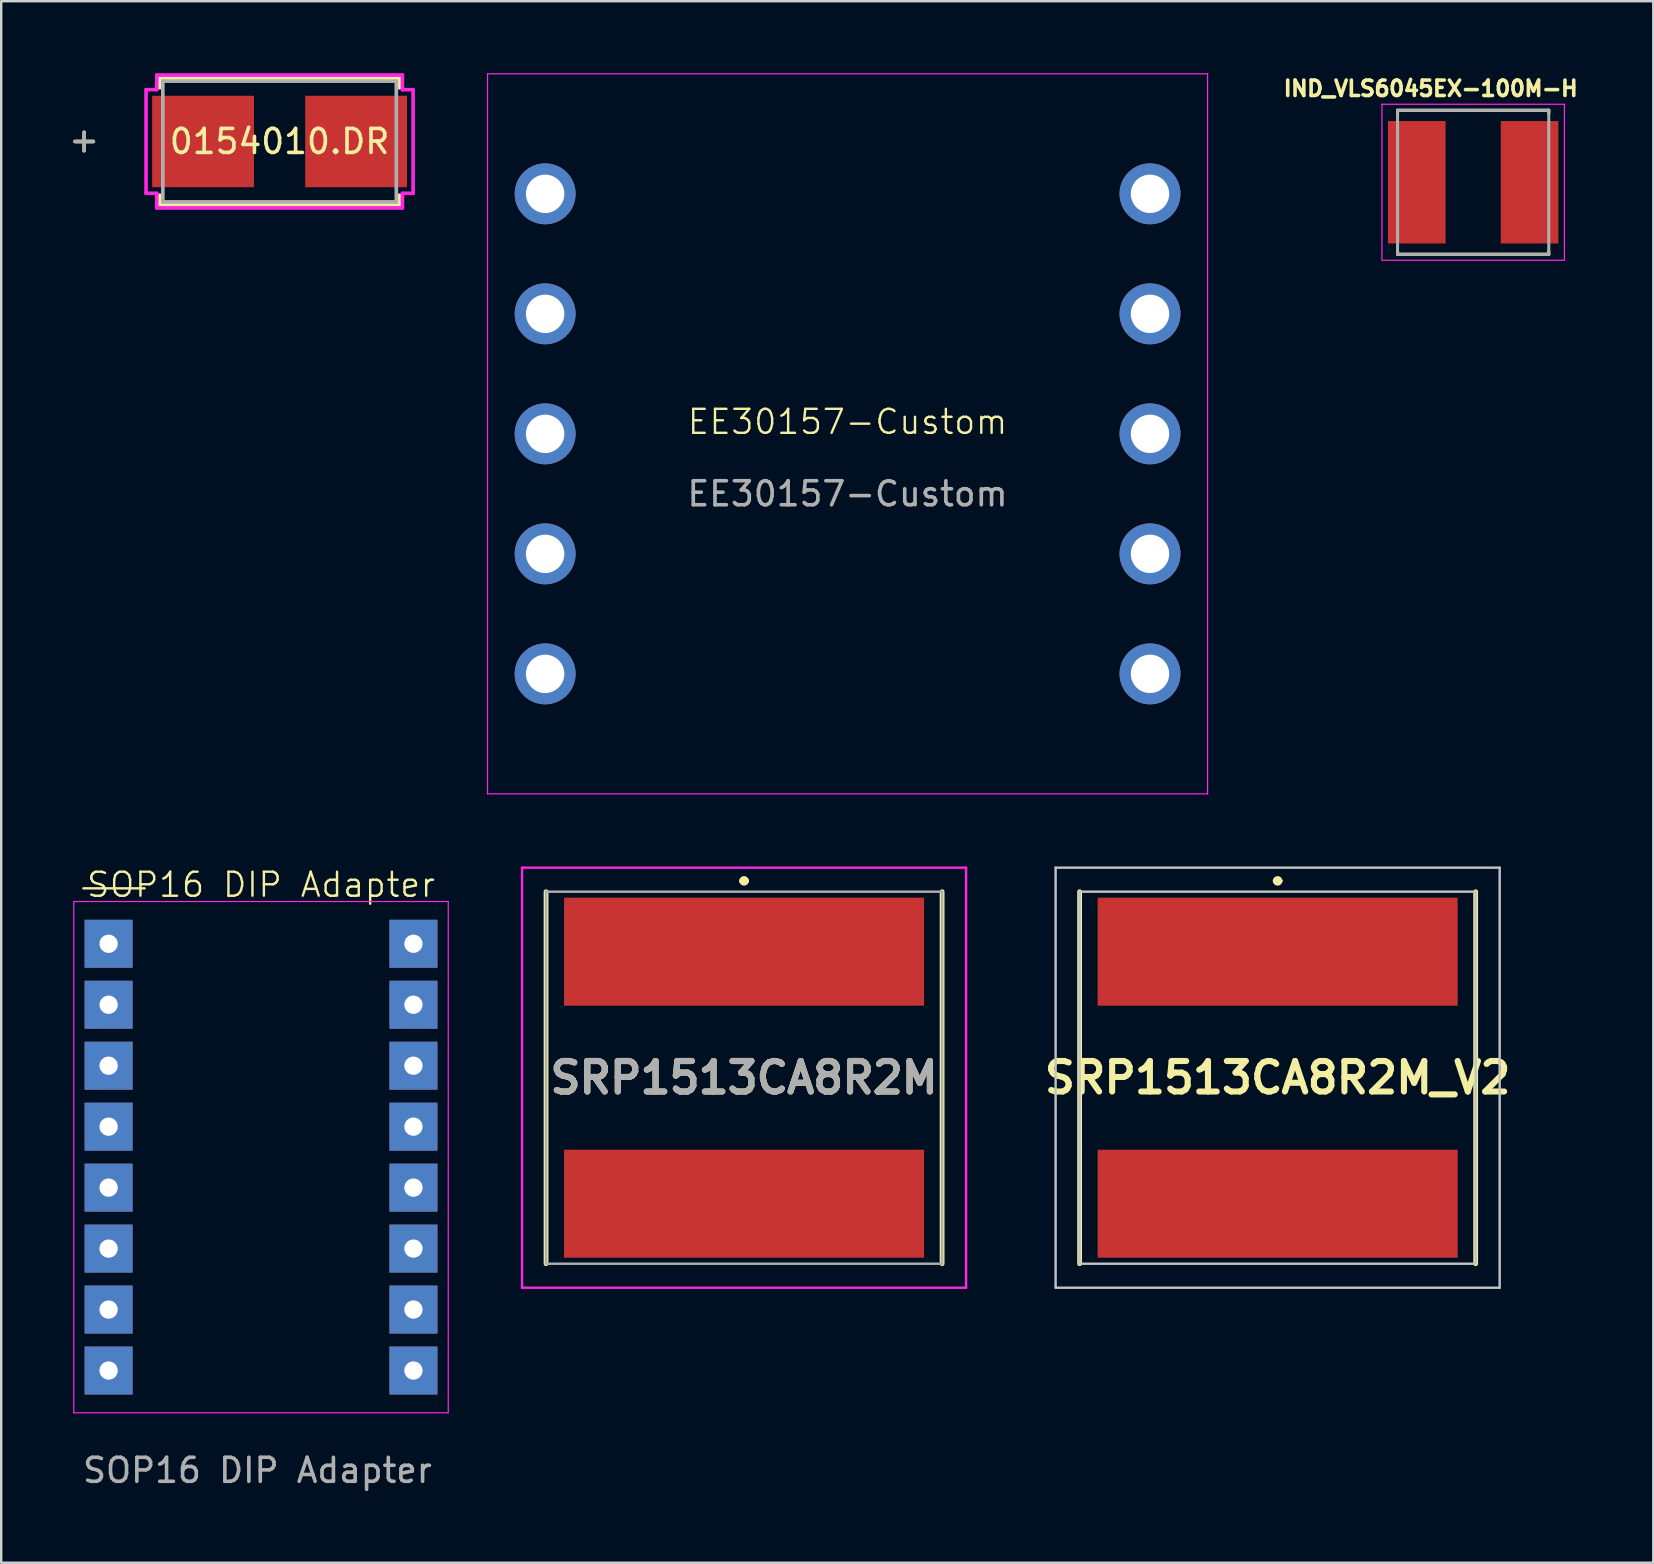
<source format=kicad_pcb>
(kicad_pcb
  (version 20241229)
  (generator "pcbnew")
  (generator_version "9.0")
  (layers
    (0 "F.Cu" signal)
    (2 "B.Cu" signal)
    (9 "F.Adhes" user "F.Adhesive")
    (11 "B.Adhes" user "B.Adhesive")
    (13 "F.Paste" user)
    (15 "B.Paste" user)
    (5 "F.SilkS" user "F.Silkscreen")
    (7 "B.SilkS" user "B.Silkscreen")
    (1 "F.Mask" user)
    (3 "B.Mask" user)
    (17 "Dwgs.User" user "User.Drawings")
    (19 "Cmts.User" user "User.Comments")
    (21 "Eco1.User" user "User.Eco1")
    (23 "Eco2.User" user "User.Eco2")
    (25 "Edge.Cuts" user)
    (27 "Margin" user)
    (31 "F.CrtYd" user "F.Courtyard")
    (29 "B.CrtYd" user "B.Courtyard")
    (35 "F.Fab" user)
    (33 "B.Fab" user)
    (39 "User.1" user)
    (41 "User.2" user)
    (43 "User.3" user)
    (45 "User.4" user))
  (footprint "SRP1513CA8R2M_V2"
    (layer "F.Cu")
    (at 50.18 41.85)
    (property "Reference" "SRP1513CA8R2M_V2" (at 0 0 0) (layer "F.SilkS") (effects (font (size 1.27 1.27) (thickness 0.254))))
    (attr smd)
    (fp_line (start -8.25 -7.75) (end -8.25 7.75) (stroke (width 0.2) (type solid)) (layer "F.SilkS"))
    (fp_line (start -0.1 -8.2) (end -0.1 -8.2) (stroke (width 0.2) (type solid)) (layer "F.SilkS"))
    (fp_line (start 0.1 -8.2) (end 0.1 -8.2) (stroke (width 0.2) (type solid)) (layer "F.SilkS"))
    (fp_line (start 8.25 -7.75) (end 8.25 7.75) (stroke (width 0.2) (type solid)) (layer "F.SilkS"))
    (fp_arc (start -0.1 -8.2) (mid 0 -8.3) (end 0.1 -8.2) (stroke (width 0.2) (type solid)) (layer "F.SilkS"))
    (fp_arc (start 0.1 -8.2) (mid 0 -8.1) (end -0.1 -8.2) (stroke (width 0.2) (type solid)) (layer "F.SilkS"))
    (fp_line (start -9.25 -8.75) (end 9.25 -8.75) (stroke (width 0.1) (type solid)) (layer "Dwgs.User"))
    (fp_line (start -9.25 8.75) (end -9.25 -8.75) (stroke (width 0.1) (type solid)) (layer "Dwgs.User"))
    (fp_line (start -8.25 -7.75) (end 8.25 -7.75) (stroke (width 0.1) (type solid)) (layer "Dwgs.User"))
    (fp_line (start -8.25 7.75) (end -8.25 -7.75) (stroke (width 0.1) (type solid)) (layer "Dwgs.User"))
    (fp_line (start 8.25 -7.75) (end 8.25 7.75) (stroke (width 0.1) (type solid)) (layer "Dwgs.User"))
    (fp_line (start 8.25 7.75) (end -8.25 7.75) (stroke (width 0.1) (type solid)) (layer "Dwgs.User"))
    (fp_line (start 9.25 -8.75) (end 9.25 8.75) (stroke (width 0.1) (type solid)) (layer "Dwgs.User"))
    (fp_line (start 9.25 8.75) (end -9.25 8.75) (stroke (width 0.1) (type solid)) (layer "Dwgs.User"))
    (pad "1" smd rect (at 0 -5.25 90) (size 4.5 15) (layers "F.Cu" "F.Mask" "F.Paste"))
    (pad "2" smd rect (at 0 5.25 90) (size 4.5 15) (layers "F.Cu" "F.Mask" "F.Paste")))
  (footprint "IND_VLS6045EX-100M-H"
    (layer "F.Cu")
    (at 58.326 4.544)
    (property "Reference" "IND_VLS6045EX-100M-H" (at -1.768 -3.906 0) (layer "F.SilkS") (effects (font (size 0.64 0.64) (thickness 0.15))))
    (attr smd)
    (fp_line (start -3.15 -3) (end -3.15 -2.87) (stroke (width 0.127) (type solid)) (layer "F.SilkS"))
    (fp_line (start -3.15 -3) (end 3.15 -3) (stroke (width 0.127) (type solid)) (layer "F.SilkS"))
    (fp_line (start -3.15 3) (end -3.15 2.87) (stroke (width 0.127) (type solid)) (layer "F.SilkS"))
    (fp_line (start -3.15 3) (end 3.15 3) (stroke (width 0.127) (type solid)) (layer "F.SilkS"))
    (fp_line (start 3.15 -3) (end 3.15 -2.87) (stroke (width 0.127) (type solid)) (layer "F.SilkS"))
    (fp_line (start 3.15 3) (end 3.15 2.87) (stroke (width 0.127) (type solid)) (layer "F.SilkS"))
    (fp_line (start -3.8 -3.25) (end -3.8 3.25) (stroke (width 0.05) (type solid)) (layer "F.CrtYd"))
    (fp_line (start -3.8 3.25) (end 3.8 3.25) (stroke (width 0.05) (type solid)) (layer "F.CrtYd"))
    (fp_line (start 3.8 -3.25) (end -3.8 -3.25) (stroke (width 0.05) (type solid)) (layer "F.CrtYd"))
    (fp_line (start 3.8 3.25) (end 3.8 -3.25) (stroke (width 0.05) (type solid)) (layer "F.CrtYd"))
    (fp_line (start -3.15 -3) (end -3.15 3) (stroke (width 0.127) (type solid)) (layer "F.Fab"))
    (fp_line (start -3.15 -3) (end 3.15 -3) (stroke (width 0.127) (type solid)) (layer "F.Fab"))
    (fp_line (start -3.15 3) (end 3.15 3) (stroke (width 0.127) (type solid)) (layer "F.Fab"))
    (fp_line (start 3.15 -3) (end 3.15 3) (stroke (width 0.127) (type solid)) (layer "F.Fab"))
    (pad "1" smd rect (at -2.35 0) (size 2.4 5.1) (layers "F.Cu" "F.Mask" "F.Paste"))
    (pad "2" smd rect (at 2.35 0) (size 2.4 5.1) (layers "F.Cu" "F.Mask" "F.Paste")))
  (footprint "0154010.DR"
    (layer "F.Cu")
    (at 8.598 2.845)
    (property "Reference" "0154010.DR" (at 0 0 0) (layer "F.SilkS") (effects (font (size 1 1) (thickness 0.15))))
    (attr through_hole)
    (fp_line (start -8.141 -0.381) (end -8.141 0.381) (stroke (width 0.152) (type solid)) (layer "F.SilkS"))
    (fp_line (start -7.76 0) (end -8.522 0) (stroke (width 0.152) (type solid)) (layer "F.SilkS"))
    (fp_line (start -4.991 -2.642) (end -4.991 -2.238) (stroke (width 0.152) (type solid)) (layer "F.SilkS"))
    (fp_line (start -4.991 2.238) (end -4.991 2.642) (stroke (width 0.152) (type solid)) (layer "F.SilkS"))
    (fp_line (start -4.991 2.642) (end 4.991 2.642) (stroke (width 0.152) (type solid)) (layer "F.SilkS"))
    (fp_line (start 4.991 -2.642) (end -4.991 -2.642) (stroke (width 0.152) (type solid)) (layer "F.SilkS"))
    (fp_line (start 4.991 -2.238) (end 4.991 -2.642) (stroke (width 0.152) (type solid)) (layer "F.SilkS"))
    (fp_line (start 4.991 2.642) (end 4.991 2.238) (stroke (width 0.152) (type solid)) (layer "F.SilkS"))
    (fp_line (start -5.563 -2.159) (end -5.118 -2.159) (stroke (width 0.152) (type solid)) (layer "F.CrtYd"))
    (fp_line (start -5.563 2.159) (end -5.563 -2.159) (stroke (width 0.152) (type solid)) (layer "F.CrtYd"))
    (fp_line (start -5.118 -2.769) (end 5.118 -2.769) (stroke (width 0.152) (type solid)) (layer "F.CrtYd"))
    (fp_line (start -5.118 -2.159) (end -5.118 -2.769) (stroke (width 0.152) (type solid)) (layer "F.CrtYd"))
    (fp_line (start -5.118 2.159) (end -5.563 2.159) (stroke (width 0.152) (type solid)) (layer "F.CrtYd"))
    (fp_line (start -5.118 2.769) (end -5.118 2.159) (stroke (width 0.152) (type solid)) (layer "F.CrtYd"))
    (fp_line (start 5.118 -2.769) (end 5.118 -2.159) (stroke (width 0.152) (type solid)) (layer "F.CrtYd"))
    (fp_line (start 5.118 -2.159) (end 5.563 -2.159) (stroke (width 0.152) (type solid)) (layer "F.CrtYd"))
    (fp_line (start 5.118 2.159) (end 5.118 2.769) (stroke (width 0.152) (type solid)) (layer "F.CrtYd"))
    (fp_line (start 5.118 2.769) (end -5.118 2.769) (stroke (width 0.152) (type solid)) (layer "F.CrtYd"))
    (fp_line (start 5.563 -2.159) (end 5.563 2.159) (stroke (width 0.152) (type solid)) (layer "F.CrtYd"))
    (fp_line (start 5.563 2.159) (end 5.118 2.159) (stroke (width 0.152) (type solid)) (layer "F.CrtYd"))
    (fp_line (start -8.141 -0.381) (end -8.141 0.381) (stroke (width 0.152) (type solid)) (layer "F.Fab"))
    (fp_line (start -7.76 0) (end -8.522 0) (stroke (width 0.152) (type solid)) (layer "F.Fab"))
    (fp_line (start -4.864 -2.515) (end -4.864 2.515) (stroke (width 0.152) (type solid)) (layer "F.Fab"))
    (fp_line (start -4.864 2.515) (end 4.864 2.515) (stroke (width 0.152) (type solid)) (layer "F.Fab"))
    (fp_line (start 4.864 -2.515) (end -4.864 -2.515) (stroke (width 0.152) (type solid)) (layer "F.Fab"))
    (fp_line (start 4.864 2.515) (end 4.864 -2.515) (stroke (width 0.152) (type solid)) (layer "F.Fab"))
    (fp_text user "Copyright 2016 Accelerated Designs. All rights reserved." (at 0 0 0) (layer "Cmts.User") (effects (font (size 0.127 0.127) (thickness 0.002))))
    (pad "1" smd rect (at -3.188 0) (size 4.242 3.81) (layers "F.Cu" "F.Mask" "F.Paste"))
    (pad "2" smd rect (at 3.188 0) (size 4.242 3.81) (layers "F.Cu" "F.Mask" "F.Paste")))
  (footprint "SRP1513CA8R2M"
    (layer "F.Cu")
    (at 27.95 41.85)
    (property "Reference" "SRP1513CA8R2M" (at 0 0 0) (layer "F.SilkS") (effects (font (size 1.27 1.27) (thickness 0.254))))
    (attr smd)
    (fp_line (start -8.25 -7.75) (end -8.25 7.75) (stroke (width 0.2) (type solid)) (layer "F.SilkS"))
    (fp_line (start -0.1 -8.2) (end -0.1 -8.2) (stroke (width 0.2) (type solid)) (layer "F.SilkS"))
    (fp_line (start 0.1 -8.2) (end 0.1 -8.2) (stroke (width 0.2) (type solid)) (layer "F.SilkS"))
    (fp_line (start 8.25 -7.75) (end 8.25 7.75) (stroke (width 0.2) (type solid)) (layer "F.SilkS"))
    (fp_arc (start -0.1 -8.2) (mid 0 -8.3) (end 0.1 -8.2) (stroke (width 0.2) (type solid)) (layer "F.SilkS"))
    (fp_arc (start 0.1 -8.2) (mid 0 -8.1) (end -0.1 -8.2) (stroke (width 0.2) (type solid)) (layer "F.SilkS"))
    (fp_line (start -9.25 -8.75) (end 9.25 -8.75) (stroke (width 0.1) (type solid)) (layer "F.CrtYd"))
    (fp_line (start -9.25 8.75) (end -9.25 -8.75) (stroke (width 0.1) (type solid)) (layer "F.CrtYd"))
    (fp_line (start 9.25 -8.75) (end 9.25 8.75) (stroke (width 0.1) (type solid)) (layer "F.CrtYd"))
    (fp_line (start 9.25 8.75) (end -9.25 8.75) (stroke (width 0.1) (type solid)) (layer "F.CrtYd"))
    (fp_line (start -8.25 -7.75) (end 8.25 -7.75) (stroke (width 0.1) (type solid)) (layer "F.Fab"))
    (fp_line (start -8.25 7.75) (end -8.25 -7.75) (stroke (width 0.1) (type solid)) (layer "F.Fab"))
    (fp_line (start 8.25 -7.75) (end 8.25 7.75) (stroke (width 0.1) (type solid)) (layer "F.Fab"))
    (fp_line (start 8.25 7.75) (end -8.25 7.75) (stroke (width 0.1) (type solid)) (layer "F.Fab"))
    (fp_text user "${REFERENCE}" (at 0 0 0) (layer "F.Fab") (effects (font (size 1.27 1.27) (thickness 0.254))))
    (pad "1" smd rect (at 0 -5.25 90) (size 4.5 15) (layers "F.Cu" "F.Mask" "F.Paste"))
    (pad "2" smd rect (at 0 5.25 90) (size 4.5 15) (layers "F.Cu" "F.Mask" "F.Paste")))
  (footprint "SOP16 DIP Adapter"
    (layer "F.Cu")
    (at 7.825 45.16)
    (property "Reference" "SOP16 DIP Adapter" (at 0 -11.35 0) (unlocked yes) (layer "F.SilkS") (effects (font (size 1 1) (thickness 0.1))))
    (attr through_hole)
    (fp_line (start -7.4 -11.2) (end -4.85 -11.2) (stroke (width 0.1) (type default)) (layer "F.SilkS"))
    (fp_line (start -7.8 -10.65) (end 7.8 -10.65) (stroke (width 0.05) (type default)) (layer "F.CrtYd"))
    (fp_line (start -7.8 10.65) (end -7.8 -10.65) (stroke (width 0.05) (type default)) (layer "F.CrtYd"))
    (fp_line (start 7.8 -10.65) (end 7.8 10.65) (stroke (width 0.05) (type default)) (layer "F.CrtYd"))
    (fp_line (start 7.8 10.65) (end -7.8 10.65) (stroke (width 0.05) (type default)) (layer "F.CrtYd"))
    (fp_text user "${REFERENCE}" (at -0.15 13.05 0) (unlocked yes) (layer "F.Fab") (effects (font (size 1 1) (thickness 0.15))))
    (pad "1" thru_hole rect (at -6.35 -8.89) (size 2 2) (drill 0.762) (layers "*.Cu" "*.Mask"))
    (pad "2" thru_hole rect (at -6.35 -6.35) (size 2 2) (drill 0.762) (layers "*.Cu" "*.Mask"))
    (pad "3" thru_hole rect (at -6.35 -3.81) (size 2 2) (drill 0.762) (layers "*.Cu" "*.Mask"))
    (pad "4" thru_hole rect (at -6.35 -1.27) (size 2 2) (drill 0.762) (layers "*.Cu" "*.Mask"))
    (pad "5" thru_hole rect (at -6.35 1.27) (size 2 2) (drill 0.762) (layers "*.Cu" "*.Mask"))
    (pad "6" thru_hole rect (at -6.35 3.81) (size 2 2) (drill 0.762) (layers "*.Cu" "*.Mask"))
    (pad "7" thru_hole rect (at -6.35 6.35) (size 2 2) (drill 0.762) (layers "*.Cu" "*.Mask"))
    (pad "8" thru_hole rect (at -6.35 8.89) (size 2 2) (drill 0.762) (layers "*.Cu" "*.Mask"))
    (pad "9" thru_hole rect (at 6.35 8.89) (size 2 2) (drill 0.762) (layers "*.Cu" "*.Mask"))
    (pad "10" thru_hole rect (at 6.35 6.35) (size 2 2) (drill 0.762) (layers "*.Cu" "*.Mask"))
    (pad "11" thru_hole rect (at 6.35 3.81) (size 2 2) (drill 0.762) (layers "*.Cu" "*.Mask"))
    (pad "12" thru_hole rect (at 6.35 1.27) (size 2 2) (drill 0.762) (layers "*.Cu" "*.Mask"))
    (pad "13" thru_hole rect (at 6.35 -1.27) (size 2 2) (drill 0.762) (layers "*.Cu" "*.Mask"))
    (pad "14" thru_hole rect (at 6.35 -3.81) (size 2 2) (drill 0.762) (layers "*.Cu" "*.Mask"))
    (pad "15" thru_hole rect (at 6.35 -6.35) (size 2 2) (drill 0.762) (layers "*.Cu" "*.Mask"))
    (pad "16" thru_hole rect (at 6.35 -8.89) (size 2 2) (drill 0.762) (layers "*.Cu" "*.Mask")))
  (footprint "EE30157-Custom"
    (layer "F.Cu")
    (at 32.262 15.025)
    (property "Reference" "EE30157-Custom" (at 0 -0.5 0) (unlocked yes) (layer "F.SilkS") (effects (font (size 1 1) (thickness 0.1))))
    (attr through_hole)
    (fp_line (start -15 -15) (end 15 -15) (stroke (width 0.05) (type default)) (layer "F.CrtYd"))
    (fp_line (start -15 15) (end -15 -15) (stroke (width 0.05) (type default)) (layer "F.CrtYd"))
    (fp_line (start 15 -15) (end 15 15) (stroke (width 0.05) (type default)) (layer "F.CrtYd"))
    (fp_line (start 15 15) (end -15 15) (stroke (width 0.05) (type default)) (layer "F.CrtYd"))
    (fp_text user "${REFERENCE}" (at 0 2.5 0) (unlocked yes) (layer "F.Fab") (effects (font (size 1 1) (thickness 0.15))))
    (pad "1" thru_hole circle (at -12.6 -10) (size 2.54 2.54) (drill 1.6) (layers "*.Cu" "*.Mask"))
    (pad "2" thru_hole circle (at -12.6 -5) (size 2.54 2.54) (drill 1.6) (layers "*.Cu" "*.Mask"))
    (pad "3" thru_hole circle (at -12.6 0) (size 2.54 2.54) (drill 1.6) (layers "*.Cu" "*.Mask"))
    (pad "4" thru_hole circle (at -12.6 5) (size 2.54 2.54) (drill 1.6) (layers "*.Cu" "*.Mask"))
    (pad "5" thru_hole circle (at -12.6 10) (size 2.54 2.54) (drill 1.6) (layers "*.Cu" "*.Mask"))
    (pad "6" thru_hole circle (at 12.6 -10) (size 2.54 2.54) (drill 1.6) (layers "*.Cu" "*.Mask"))
    (pad "7" thru_hole circle (at 12.6 -5) (size 2.54 2.54) (drill 1.6) (layers "*.Cu" "*.Mask"))
    (pad "8" thru_hole circle (at 12.6 0) (size 2.54 2.54) (drill 1.6) (layers "*.Cu" "*.Mask"))
    (pad "9" thru_hole circle (at 12.6 5) (size 2.54 2.54) (drill 1.6) (layers "*.Cu" "*.Mask"))
    (pad "10" thru_hole circle (at 12.6 10) (size 2.54 2.54) (drill 1.6) (layers "*.Cu" "*.Mask")))
  (gr_rect
    (start -3 -3)
    (end 65.83 62.059)
    (stroke (width 0.1) (type default))
    (fill no)
    (layer "Edge.Cuts")))
</source>
